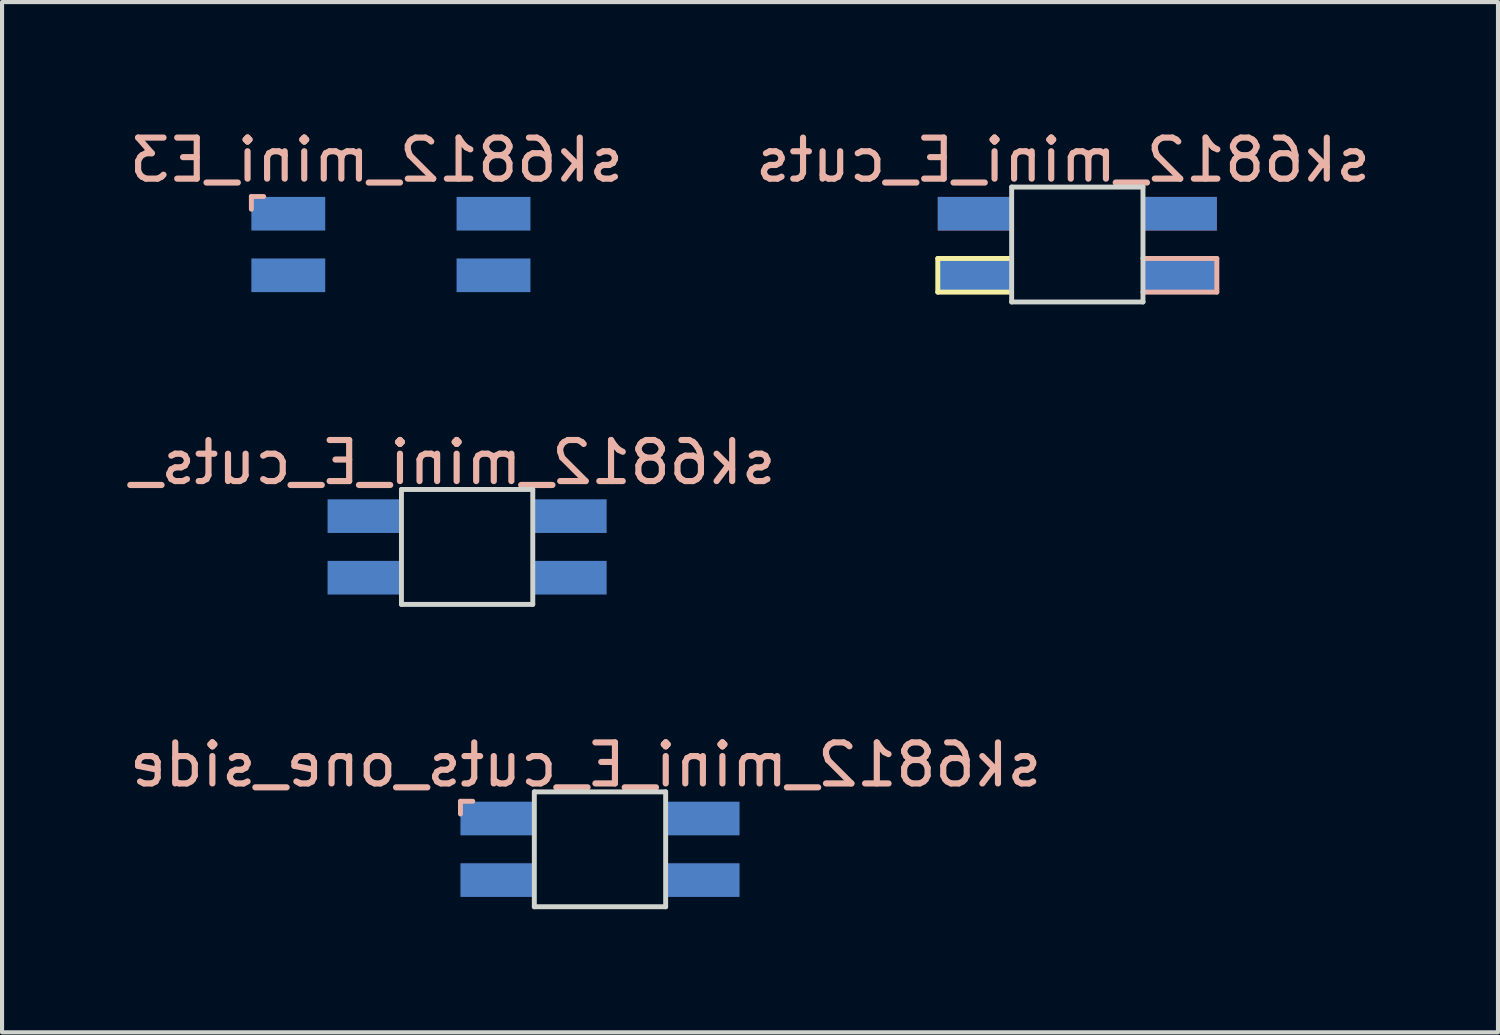
<source format=kicad_pcb>
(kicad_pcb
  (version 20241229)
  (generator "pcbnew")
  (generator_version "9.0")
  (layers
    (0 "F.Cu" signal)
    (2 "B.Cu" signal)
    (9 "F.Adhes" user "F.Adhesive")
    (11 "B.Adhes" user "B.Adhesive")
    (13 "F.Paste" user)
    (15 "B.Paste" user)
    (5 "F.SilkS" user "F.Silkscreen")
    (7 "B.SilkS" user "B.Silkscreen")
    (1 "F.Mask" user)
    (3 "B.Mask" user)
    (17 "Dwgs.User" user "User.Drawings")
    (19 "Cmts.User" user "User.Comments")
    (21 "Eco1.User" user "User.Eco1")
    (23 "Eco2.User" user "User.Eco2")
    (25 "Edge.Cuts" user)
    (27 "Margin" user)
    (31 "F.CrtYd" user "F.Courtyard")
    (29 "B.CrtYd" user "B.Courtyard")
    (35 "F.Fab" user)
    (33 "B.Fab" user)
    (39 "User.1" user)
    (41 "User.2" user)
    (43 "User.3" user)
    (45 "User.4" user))
  (footprint "sk6812_mini_E3"
    (layer "F.Cu")
    (at 3.975 2.158)
    (property "Reference" "sk6812_mini_E3" (at 2.15 -1.31 0) (layer "B.SilkS") (effects (font (size 1 1) (thickness 0.15)) (justify mirror)))
    (attr through_hole)
    (fp_line (start -0.9 -0.42) (end -0.6 -0.42) (stroke (width 0.12) (type solid)) (layer "B.SilkS"))
    (fp_line (start -0.9 -0.11) (end -0.9 -0.42) (stroke (width 0.12) (type solid)) (layer "B.SilkS"))
    (fp_line (start 0.9 -0.65) (end 0.9 2.15) (stroke (width 0.12) (type solid)) (layer "Eco2.User"))
    (fp_line (start 0.9 -0.65) (end 4.1 -0.65) (stroke (width 0.12) (type solid)) (layer "Eco2.User"))
    (fp_line (start 4.1 -0.65) (end 4.1 2.15) (stroke (width 0.12) (type solid)) (layer "Eco2.User"))
    (fp_line (start 4.1 2.15) (end 0.9 2.15) (stroke (width 0.12) (type solid)) (layer "Eco2.User"))
    (pad "1" smd rect (at 0 0) (size 1.8 0.82) (layers "B.Cu" "B.Mask" "B.Paste"))
    (pad "2" smd rect (at 0 1.5) (size 1.8 0.82) (layers "B.Cu" "B.Mask" "B.Paste"))
    (pad "3" smd rect (at 5 1.5) (size 1.8 0.82) (layers "B.Cu" "B.Mask" "B.Paste"))
    (pad "4" smd rect (at 5 0) (size 1.8 0.82) (layers "B.Cu" "B.Mask" "B.Paste")))
  (footprint "sk6812_mini_E_cuts"
    (layer "F.Cu")
    (at 20.701 2.158)
    (property "Reference" "sk6812_mini_E_cuts" (at 2.15 -1.31 0) (layer "B.SilkS") (effects (font (size 1 1) (thickness 0.15)) (justify mirror)))
    (attr through_hole)
    (fp_line (start -0.9 1.91) (end -0.9 1.09) (stroke (width 0.12) (type solid)) (layer "F.SilkS"))
    (fp_line (start 0.9 1.09) (end -0.9 1.09) (stroke (width 0.12) (type solid)) (layer "F.SilkS"))
    (fp_line (start 0.9 1.91) (end -0.9 1.91) (stroke (width 0.12) (type solid)) (layer "F.SilkS"))
    (fp_line (start 4.1 1.09) (end 5.9 1.09) (stroke (width 0.12) (type solid)) (layer "B.SilkS"))
    (fp_line (start 4.1 1.91) (end 5.9 1.91) (stroke (width 0.12) (type solid)) (layer "B.SilkS"))
    (fp_line (start 5.9 1.09) (end 5.9 1.91) (stroke (width 0.12) (type solid)) (layer "B.SilkS"))
    (fp_line (start 0.9 -0.65) (end 0.9 2.15) (stroke (width 0.12) (type solid)) (layer "Edge.Cuts"))
    (fp_line (start 0.9 -0.65) (end 4.1 -0.65) (stroke (width 0.12) (type solid)) (layer "Edge.Cuts"))
    (fp_line (start 4.1 -0.65) (end 4.1 2.15) (stroke (width 0.12) (type solid)) (layer "Edge.Cuts"))
    (fp_line (start 4.1 2.15) (end 0.9 2.15) (stroke (width 0.12) (type solid)) (layer "Edge.Cuts"))
    (pad "1" smd rect (at 0 1.5) (size 1.8 0.82) (layers "F.Cu" "F.Mask" "F.Paste"))
    (pad "1" smd rect (at 5 1.5) (size 1.8 0.82) (layers "B.Cu" "B.Mask" "B.Paste"))
    (pad "2" smd rect (at 0 0) (size 1.8 0.82) (layers "F.Cu" "F.Mask" "F.Paste"))
    (pad "2" smd rect (at 5 0) (size 1.8 0.82) (layers "B.Cu" "B.Mask" "B.Paste"))
    (pad "3" smd rect (at 0 0) (size 1.8 0.82) (layers "B.Cu" "B.Mask" "B.Paste"))
    (pad "3" smd rect (at 5 0) (size 1.8 0.82) (layers "F.Cu" "F.Mask" "F.Paste"))
    (pad "4" smd rect (at 0 1.5) (size 1.8 0.82) (layers "B.Cu" "B.Mask" "B.Paste"))
    (pad "4" smd rect (at 5 1.5) (size 1.8 0.82) (layers "F.Cu" "F.Mask" "F.Paste")))
  (footprint "sk6812_mini_E_cuts_one_side"
    (layer "F.Cu")
    (at 9.07 16.895)
    (property "Reference" "sk6812_mini_E_cuts_one_side" (at 2.15 -1.31 0) (layer "B.SilkS") (effects (font (size 1 1) (thickness 0.15)) (justify mirror)))
    (attr through_hole)
    (fp_line (start -0.9 -0.42) (end -0.6 -0.42) (stroke (width 0.12) (type solid)) (layer "B.SilkS"))
    (fp_line (start -0.9 -0.11) (end -0.9 -0.42) (stroke (width 0.12) (type solid)) (layer "B.SilkS"))
    (fp_line (start 0.9 -0.65) (end 0.9 2.15) (stroke (width 0.12) (type solid)) (layer "Edge.Cuts"))
    (fp_line (start 0.9 -0.65) (end 4.1 -0.65) (stroke (width 0.12) (type solid)) (layer "Edge.Cuts"))
    (fp_line (start 4.1 -0.65) (end 4.1 2.15) (stroke (width 0.12) (type solid)) (layer "Edge.Cuts"))
    (fp_line (start 4.1 2.15) (end 0.9 2.15) (stroke (width 0.12) (type solid)) (layer "Edge.Cuts"))
    (pad "1" smd rect (at 0 0) (size 1.8 0.82) (layers "B.Cu" "B.Mask" "B.Paste"))
    (pad "2" smd rect (at 0 1.5) (size 1.8 0.82) (layers "B.Cu" "B.Mask" "B.Paste"))
    (pad "3" smd rect (at 5 1.5) (size 1.8 0.82) (layers "B.Cu" "B.Mask" "B.Paste"))
    (pad "4" smd rect (at 5 0) (size 1.8 0.82) (layers "B.Cu" "B.Mask" "B.Paste")))
  (footprint "sk6812_mini_E_cuts_"
    (layer "F.Cu")
    (at 5.832 9.527)
    (property "Reference" "sk6812_mini_E_cuts_" (at 2.15 -1.31 0) (layer "B.SilkS") (effects (font (size 1 1) (thickness 0.15)) (justify mirror)))
    (attr through_hole)
    (fp_line (start 0.9 -0.65) (end 0.9 2.15) (stroke (width 0.12) (type solid)) (layer "Edge.Cuts"))
    (fp_line (start 0.9 -0.65) (end 4.1 -0.65) (stroke (width 0.12) (type solid)) (layer "Edge.Cuts"))
    (fp_line (start 4.1 -0.65) (end 4.1 2.15) (stroke (width 0.12) (type solid)) (layer "Edge.Cuts"))
    (fp_line (start 4.1 2.15) (end 0.9 2.15) (stroke (width 0.12) (type solid)) (layer "Edge.Cuts"))
    (pad "1" smd rect (at 0 0) (size 1.8 0.82) (layers "B.Cu" "B.Mask" "B.Paste"))
    (pad "2" smd rect (at 0 1.5) (size 1.8 0.82) (layers "B.Cu" "B.Mask" "B.Paste"))
    (pad "3" smd rect (at 5 1.5) (size 1.8 0.82) (layers "B.Cu" "B.Mask" "B.Paste"))
    (pad "4" smd rect (at 5 0) (size 1.8 0.82) (layers "B.Cu" "B.Mask" "B.Paste")))
  (gr_rect
    (start -3 -3)
    (end 33.452 22.105)
    (stroke (width 0.1) (type default))
    (fill no)
    (layer "Edge.Cuts")))
</source>
